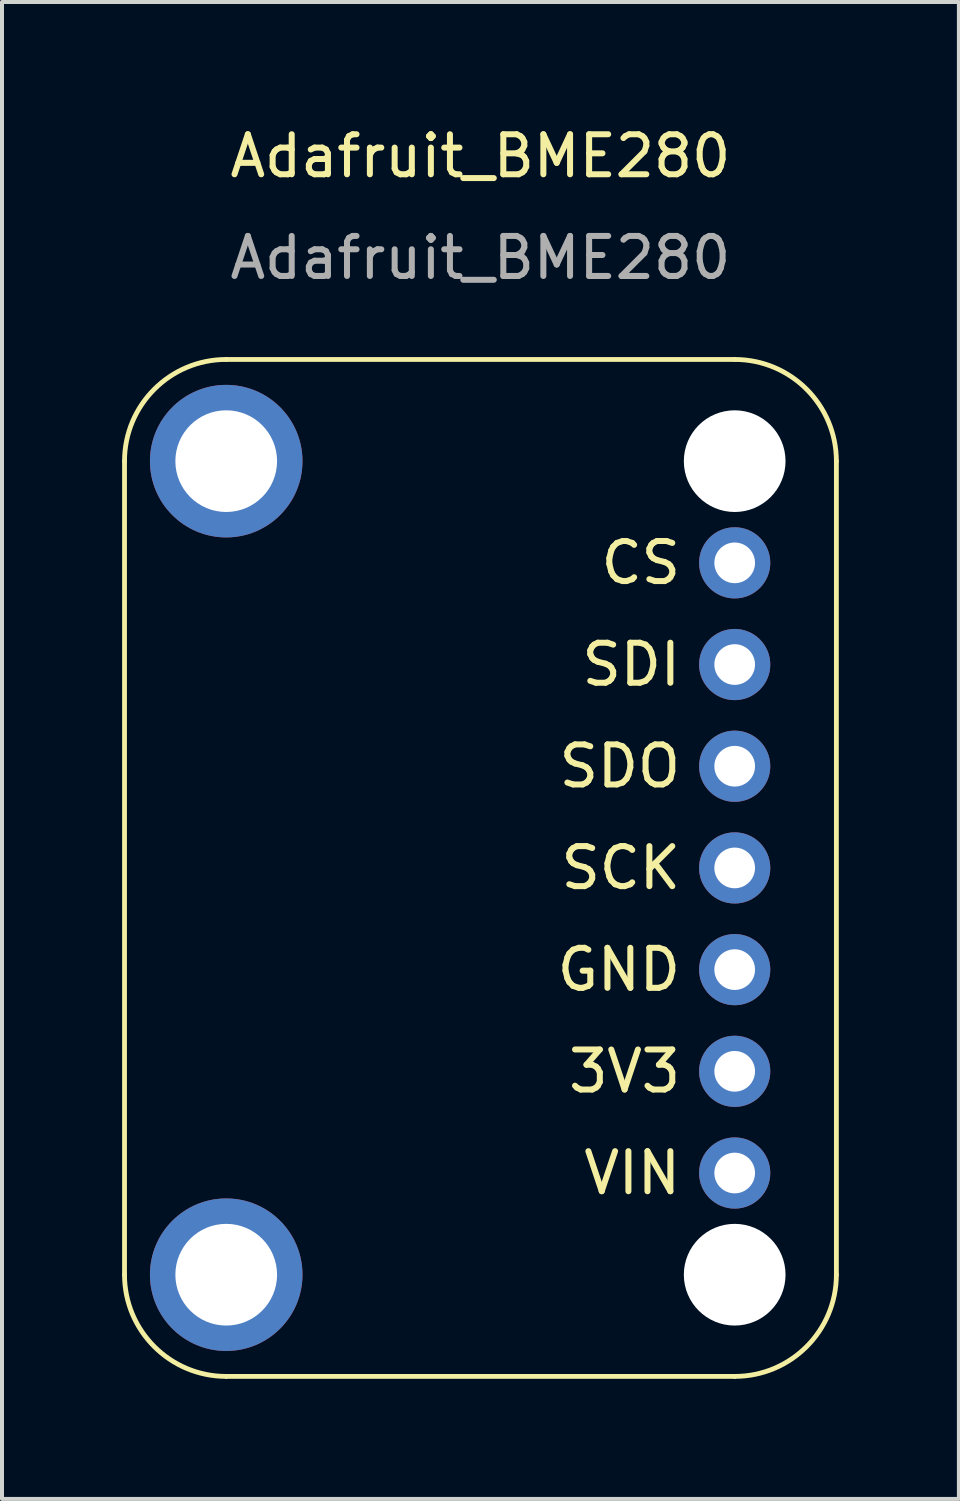
<source format=kicad_pcb>
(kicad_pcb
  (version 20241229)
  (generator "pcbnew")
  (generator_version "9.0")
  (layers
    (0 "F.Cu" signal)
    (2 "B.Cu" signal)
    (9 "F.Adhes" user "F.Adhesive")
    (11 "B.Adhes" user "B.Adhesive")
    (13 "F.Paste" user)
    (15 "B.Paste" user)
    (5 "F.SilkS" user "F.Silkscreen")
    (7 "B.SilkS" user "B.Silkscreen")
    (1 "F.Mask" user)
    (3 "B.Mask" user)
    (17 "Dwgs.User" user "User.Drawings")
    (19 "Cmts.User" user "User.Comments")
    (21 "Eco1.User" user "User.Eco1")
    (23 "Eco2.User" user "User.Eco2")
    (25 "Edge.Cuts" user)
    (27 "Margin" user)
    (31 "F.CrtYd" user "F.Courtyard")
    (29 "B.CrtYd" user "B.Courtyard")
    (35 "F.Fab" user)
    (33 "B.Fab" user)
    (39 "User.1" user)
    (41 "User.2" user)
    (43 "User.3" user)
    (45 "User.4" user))
  (footprint "Adafruit_BME280"
    (layer "F.Cu")
    (at 8.95 18.628)
    (property "Reference" "Adafruit_BME280" (at 0 -17.78 0) (unlocked yes) (layer "F.SilkS") (effects (font (size 1 1) (thickness 0.15))))
    (attr through_hole)
    (fp_line (start -8.89 10.16) (end -8.89 -10.16) (stroke (width 0.12) (type solid)) (layer "F.SilkS"))
    (fp_line (start -6.35 -12.7) (end 6.35 -12.7) (stroke (width 0.12) (type solid)) (layer "F.SilkS"))
    (fp_line (start 6.35 12.7) (end -6.35 12.7) (stroke (width 0.12) (type solid)) (layer "F.SilkS"))
    (fp_line (start 8.89 -10.16) (end 8.89 10.16) (stroke (width 0.12) (type solid)) (layer "F.SilkS"))
    (fp_arc (start -8.89 -10.16) (mid -8.146051 -11.956051) (end -6.35 -12.7) (stroke (width 0.12) (type solid)) (layer "F.SilkS"))
    (fp_arc (start -6.35 12.7) (mid -8.146051 11.956051) (end -8.89 10.16) (stroke (width 0.12) (type solid)) (layer "F.SilkS"))
    (fp_arc (start 6.35 -12.7) (mid 8.146051 -11.956051) (end 8.89 -10.16) (stroke (width 0.12) (type solid)) (layer "F.SilkS"))
    (fp_arc (start 8.89 10.16) (mid 8.146051 11.956051) (end 6.35 12.7) (stroke (width 0.12) (type solid)) (layer "F.SilkS"))
    (fp_text user "SCK" (at 5.08 0 0) (layer "F.SilkS") (effects (font (size 1 1) (thickness 0.15)) (justify right)))
    (fp_text user "CS" (at 5.08 -7.62 0) (layer "F.SilkS") (effects (font (size 1 1) (thickness 0.15)) (justify right)))
    (fp_text user "VIN" (at 5.08 7.62 0) (layer "F.SilkS") (effects (font (size 1 1) (thickness 0.15)) (justify right)))
    (fp_text user "GND" (at 5.08 2.54 0) (layer "F.SilkS") (effects (font (size 1 1) (thickness 0.15)) (justify right)))
    (fp_text user "SDO" (at 5.08 -2.54 0) (layer "F.SilkS") (effects (font (size 1 1) (thickness 0.15)) (justify right)))
    (fp_text user "SDI" (at 5.08 -5.08 0) (layer "F.SilkS") (effects (font (size 1 1) (thickness 0.15)) (justify right)))
    (fp_text user "3V3" (at 5.08 5.08 0) (layer "F.SilkS") (effects (font (size 1 1) (thickness 0.15)) (justify right)))
    (fp_text user "${REFERENCE}" (at 0 -15.24 0) (unlocked yes) (layer "F.Fab") (effects (font (size 1 1) (thickness 0.15))))
    (pad "" np_thru_hole circle (at -6.35 -10.16 90) (size 3.81 3.81) (drill 2.54) (layers "*.Cu" "*.Mask"))
    (pad "" np_thru_hole circle (at -6.35 10.16 90) (size 3.81 3.81) (drill 2.54) (layers "*.Cu" "*.Mask"))
    (pad "" np_thru_hole circle (at 6.35 -10.16 90) (size 2.54 2.54) (drill 2.54) (layers "*.Cu" "*.Mask"))
    (pad "" np_thru_hole circle (at 6.35 10.16 90) (size 2.54 2.54) (drill 2.54) (layers "*.Cu" "*.Mask"))
    (pad "1" thru_hole circle (at 6.35 7.62 90) (size 1.778 1.778) (drill 1.016) (layers "*.Cu" "*.Mask"))
    (pad "2" thru_hole circle (at 6.35 5.08 90) (size 1.778 1.778) (drill 1.016) (layers "*.Cu" "*.Mask"))
    (pad "3" thru_hole circle (at 6.35 2.54 90) (size 1.778 1.778) (drill 1.016) (layers "*.Cu" "*.Mask"))
    (pad "4" thru_hole circle (at 6.35 0 90) (size 1.778 1.778) (drill 1.016) (layers "*.Cu" "*.Mask"))
    (pad "5" thru_hole circle (at 6.35 -2.54 90) (size 1.778 1.778) (drill 1.016) (layers "*.Cu" "*.Mask"))
    (pad "6" thru_hole circle (at 6.35 -5.08 90) (size 1.778 1.778) (drill 1.016) (layers "*.Cu" "*.Mask"))
    (pad "7" thru_hole circle (at 6.35 -7.62 90) (size 1.778 1.778) (drill 1.016) (layers "*.Cu" "*.Mask")))
  (gr_rect
    (start -3 -3)
    (end 20.9 34.388)
    (stroke (width 0.1) (type default))
    (fill no)
    (layer "Edge.Cuts")))
</source>
